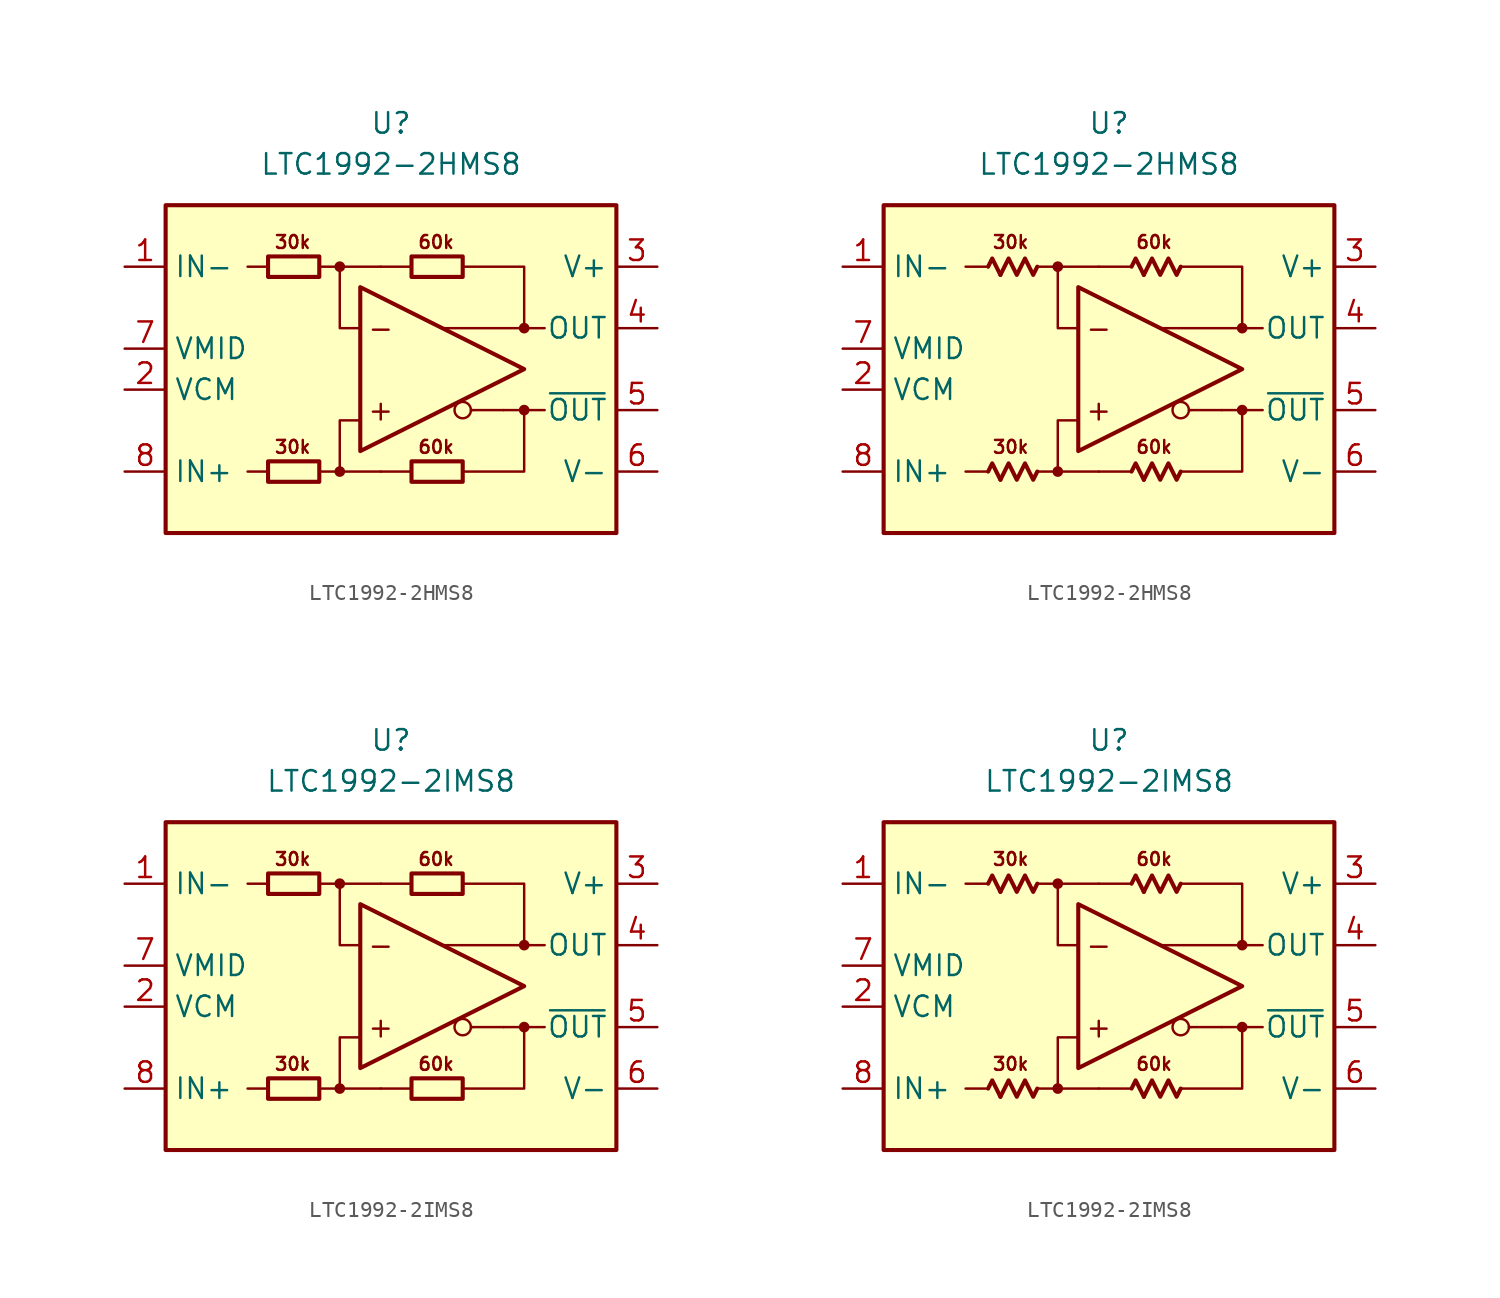
<source format=kicad_sym>
(kicad_symbol_lib
  (version 20231120)
  (generator "kicad_symbol_editor")
  (generator_version "8.0")
  (symbol "LTC1992-2HMS8"
    (property "Reference" "U"
      (at 0 15.24 0)
      (effects (font (size 1.27 1.27))))
    (property "Value" "LTC1992-2HMS8"
      (at 0 12.7 0)
      (effects (font (size 1.27 1.27))))
    (symbol "LTC1992-2HMS8_0_0"
      (rectangle (start -13.97 10.16) (end 13.97 -10.16) (stroke (width 0.254) (type default)) (fill (type background)))
      (circle (center -3.175 -6.35) (radius 0.254) (stroke (width 0.152) (type default)) (fill (type outline)))
      (circle (center -3.175 6.35) (radius 0.254) (stroke (width 0.152) (type default)) (fill (type outline)))
      (polyline (pts (xy -7.62 -6.35) (xy -8.89 -6.35)) (stroke (width 0.152) (type default)) (fill (type none)))
      (polyline (pts (xy -7.62 6.35) (xy -8.89 6.35)) (stroke (width 0.152) (type default)) (fill (type none)))
      (polyline (pts (xy -3.175 6.35) (xy -0.635 6.35)) (stroke (width 0.152) (type default)) (fill (type none)))
      (polyline (pts (xy -0.635 -6.35) (xy -3.175 -6.35)) (stroke (width 0.152) (type default)) (fill (type none)))
      (polyline (pts (xy 1.27 -6.35) (xy -0.635 -6.35)) (stroke (width 0.152) (type default)) (fill (type none)))
      (polyline (pts (xy 1.27 6.35) (xy -0.635 6.35)) (stroke (width 0.152) (type default)) (fill (type none)))
      (polyline (pts (xy 5.08 -2.54) (xy 4.953 -2.54)) (stroke (width 0.152) (type default)) (fill (type none)))
      (polyline (pts (xy 6.985 -2.54) (xy 5.08 -2.54)) (stroke (width 0.152) (type default)) (fill (type none)))
      (polyline (pts (xy 8.255 -2.54) (xy 9.525 -2.54)) (stroke (width 0.152) (type default)) (fill (type none)))
      (polyline (pts (xy 8.255 2.54) (xy 9.525 2.54)) (stroke (width 0.152) (type default)) (fill (type none)))
      (polyline (pts (xy -4.445 -6.35) (xy -3.175 -6.35) (xy -3.175 -3.175) (xy -1.905 -3.175)) (stroke (width 0.152) (type default)) (fill (type none)))
      (polyline (pts (xy -1.905 2.54) (xy -3.175 2.54) (xy -3.175 6.35) (xy -4.445 6.35)) (stroke (width 0.152) (type default)) (fill (type none)))
      (polyline (pts (xy 4.445 6.35) (xy 8.255 6.35) (xy 8.255 2.54) (xy 3.175 2.54)) (stroke (width 0.152) (type default)) (fill (type none)))
      (polyline (pts (xy 6.985 -2.54) (xy 8.255 -2.54) (xy 8.255 -6.35) (xy 4.445 -6.35)) (stroke (width 0.152) (type default)) (fill (type none)))
      (circle (center 4.445 -2.54) (radius 0.508) (stroke (width 0.152) (type default)) (fill (type none)))
      (circle (center 8.255 -2.54) (radius 0.254) (stroke (width 0.152) (type default)) (fill (type outline)))
      (circle (center 8.255 2.54) (radius 0.254) (stroke (width 0.152) (type default)) (fill (type outline)))
      (text "+" (at -0.635 -2.54 0) (effects (font (size 1.27 1.27))))
      (text "-" (at -0.635 2.54 0) (effects (font (size 1.27 1.27)))))
    (symbol "LTC1992-2HMS8_0_1"
      (rectangle (start -7.62 -5.715) (end -4.445 -6.985) (stroke (width 0.254) (type default)) (fill (type none)))
      (rectangle (start -7.62 6.985) (end -4.445 5.715) (stroke (width 0.254) (type default)) (fill (type none)))
      (rectangle (start 1.27 -5.715) (end 4.445 -6.985) (stroke (width 0.254) (type default)) (fill (type none)))
      (rectangle (start 1.27 6.985) (end 4.445 5.715) (stroke (width 0.254) (type default)) (fill (type none))))
    (symbol "LTC1992-2HMS8_0_2"
      (polyline (pts (xy -6.731 -6.858) (xy -7.239 -5.842) (xy -7.493 -6.35)) (stroke (width 0.254) (type default)) (fill (type none)))
      (polyline (pts (xy -6.731 5.842) (xy -7.239 6.858) (xy -7.493 6.35)) (stroke (width 0.254) (type default)) (fill (type none)))
      (polyline (pts (xy 2.159 -6.858) (xy 1.651 -5.842) (xy 1.397 -6.35)) (stroke (width 0.254) (type default)) (fill (type none)))
      (polyline (pts (xy 2.159 5.842) (xy 1.651 6.858) (xy 1.397 6.35)) (stroke (width 0.254) (type default)) (fill (type none)))
      (polyline (pts (xy -4.445 -6.35) (xy -4.699 -6.858) (xy -5.207 -5.842) (xy -5.715 -6.858) (xy -6.223 -5.842) (xy -6.731 -6.858)) (stroke (width 0.254) (type default)) (fill (type none)))
      (polyline (pts (xy -4.445 6.35) (xy -4.699 5.842) (xy -5.207 6.858) (xy -5.715 5.842) (xy -6.223 6.858) (xy -6.731 5.842)) (stroke (width 0.254) (type default)) (fill (type none)))
      (polyline (pts (xy 4.445 -6.35) (xy 4.191 -6.858) (xy 3.683 -5.842) (xy 3.175 -6.858) (xy 2.667 -5.842) (xy 2.159 -6.858)) (stroke (width 0.254) (type default)) (fill (type none)))
      (polyline (pts (xy 4.445 6.35) (xy 4.191 5.842) (xy 3.683 6.858) (xy 3.175 5.842) (xy 2.667 6.858) (xy 2.159 5.842)) (stroke (width 0.254) (type default)) (fill (type none))))
    (symbol "LTC1992-2HMS8_1_0"
      (polyline (pts (xy -1.905 5.08) (xy -1.905 -5.08) (xy 8.255 0) (xy -1.905 5.08)) (stroke (width 0.254) (type default)) (fill (type none)))
      (text "30k" (at -6.096 -4.826 0) (effects (font (size 0.8 0.8))))
      (text "30k" (at -6.096 7.874 0) (effects (font (size 0.8 0.8))))
      (text "60k" (at 2.794 -4.826 0) (effects (font (size 0.8 0.8))))
      (text "60k" (at 2.794 7.874 0) (effects (font (size 0.8 0.8)))))
    (symbol "LTC1992-2HMS8_1_1"
      (pin input line (at -16.51 6.35 0) (length 2.54) (name "IN-" (effects (font (size 1.27 1.27)))) (number "1" (effects (font (size 1.27 1.27)))))
      (pin input line (at -16.51 -1.27 0) (length 2.54) (name "VCM" (effects (font (size 1.27 1.27)))) (number "2" (effects (font (size 1.27 1.27)))))
      (pin power_in line (at 16.51 6.35 180) (length 2.54) (name "V+" (effects (font (size 1.27 1.27)))) (number "3" (effects (font (size 1.27 1.27)))))
      (pin output line (at 16.51 2.54 180) (length 2.54) (name "OUT" (effects (font (size 1.27 1.27)))) (number "4" (effects (font (size 1.27 1.27)))))
      (pin output line (at 16.51 -2.54 180) (length 2.54) (name "~{OUT}" (effects (font (size 1.27 1.27)))) (number "5" (effects (font (size 1.27 1.27)))))
      (pin power_in line (at 16.51 -6.35 180) (length 2.54) (name "V-" (effects (font (size 1.27 1.27)))) (number "6" (effects (font (size 1.27 1.27)))))
      (pin output line (at -16.51 1.27 0) (length 2.54) (name "VMID" (effects (font (size 1.27 1.27)))) (number "7" (effects (font (size 1.27 1.27)))))
      (pin input line (at -16.51 -6.35 0) (length 2.54) (name "IN+" (effects (font (size 1.27 1.27)))) (number "8" (effects (font (size 1.27 1.27))))))
    (symbol "LTC1992-2HMS8_1_2"
      (pin input line (at -16.51 6.35 0) (length 2.54) (name "IN-" (effects (font (size 1.27 1.27)))) (number "1" (effects (font (size 1.27 1.27)))))
      (pin input line (at -16.51 -1.27 0) (length 2.54) (name "VCM" (effects (font (size 1.27 1.27)))) (number "2" (effects (font (size 1.27 1.27)))))
      (pin power_in line (at 16.51 6.35 180) (length 2.54) (name "V+" (effects (font (size 1.27 1.27)))) (number "3" (effects (font (size 1.27 1.27)))))
      (pin output line (at 16.51 2.54 180) (length 2.54) (name "OUT" (effects (font (size 1.27 1.27)))) (number "4" (effects (font (size 1.27 1.27)))))
      (pin output line (at 16.51 -2.54 180) (length 2.54) (name "~{OUT}" (effects (font (size 1.27 1.27)))) (number "5" (effects (font (size 1.27 1.27)))))
      (pin power_in line (at 16.51 -6.35 180) (length 2.54) (name "V-" (effects (font (size 1.27 1.27)))) (number "6" (effects (font (size 1.27 1.27)))))
      (pin output line (at -16.51 1.27 0) (length 2.54) (name "VMID" (effects (font (size 1.27 1.27)))) (number "7" (effects (font (size 1.27 1.27)))))
      (pin input line (at -16.51 -6.35 0) (length 2.54) (name "IN+" (effects (font (size 1.27 1.27)))) (number "8" (effects (font (size 1.27 1.27)))))))
  (symbol "LTC1992-2IMS8"
    (property "Reference" "U"
      (at 0 15.24 0)
      (effects (font (size 1.27 1.27))))
    (property "Value" "LTC1992-2IMS8"
      (at 0 12.7 0)
      (effects (font (size 1.27 1.27))))
    (symbol "LTC1992-2IMS8_0_0"
      (rectangle (start -13.97 10.16) (end 13.97 -10.16) (stroke (width 0.254) (type default)) (fill (type background)))
      (circle (center -3.175 -6.35) (radius 0.254) (stroke (width 0.152) (type default)) (fill (type outline)))
      (circle (center -3.175 6.35) (radius 0.254) (stroke (width 0.152) (type default)) (fill (type outline)))
      (polyline (pts (xy -7.62 -6.35) (xy -8.89 -6.35)) (stroke (width 0.152) (type default)) (fill (type none)))
      (polyline (pts (xy -7.62 6.35) (xy -8.89 6.35)) (stroke (width 0.152) (type default)) (fill (type none)))
      (polyline (pts (xy -3.175 6.35) (xy -0.635 6.35)) (stroke (width 0.152) (type default)) (fill (type none)))
      (polyline (pts (xy -0.635 -6.35) (xy -3.175 -6.35)) (stroke (width 0.152) (type default)) (fill (type none)))
      (polyline (pts (xy 1.27 -6.35) (xy -0.635 -6.35)) (stroke (width 0.152) (type default)) (fill (type none)))
      (polyline (pts (xy 1.27 6.35) (xy -0.635 6.35)) (stroke (width 0.152) (type default)) (fill (type none)))
      (polyline (pts (xy 5.08 -2.54) (xy 4.953 -2.54)) (stroke (width 0.152) (type default)) (fill (type none)))
      (polyline (pts (xy 6.985 -2.54) (xy 5.08 -2.54)) (stroke (width 0.152) (type default)) (fill (type none)))
      (polyline (pts (xy 8.255 -2.54) (xy 9.525 -2.54)) (stroke (width 0.152) (type default)) (fill (type none)))
      (polyline (pts (xy 8.255 2.54) (xy 9.525 2.54)) (stroke (width 0.152) (type default)) (fill (type none)))
      (polyline (pts (xy -4.445 -6.35) (xy -3.175 -6.35) (xy -3.175 -3.175) (xy -1.905 -3.175)) (stroke (width 0.152) (type default)) (fill (type none)))
      (polyline (pts (xy -1.905 2.54) (xy -3.175 2.54) (xy -3.175 6.35) (xy -4.445 6.35)) (stroke (width 0.152) (type default)) (fill (type none)))
      (polyline (pts (xy 4.445 6.35) (xy 8.255 6.35) (xy 8.255 2.54) (xy 3.175 2.54)) (stroke (width 0.152) (type default)) (fill (type none)))
      (polyline (pts (xy 6.985 -2.54) (xy 8.255 -2.54) (xy 8.255 -6.35) (xy 4.445 -6.35)) (stroke (width 0.152) (type default)) (fill (type none)))
      (circle (center 4.445 -2.54) (radius 0.508) (stroke (width 0.152) (type default)) (fill (type none)))
      (circle (center 8.255 -2.54) (radius 0.254) (stroke (width 0.152) (type default)) (fill (type outline)))
      (circle (center 8.255 2.54) (radius 0.254) (stroke (width 0.152) (type default)) (fill (type outline)))
      (text "+" (at -0.635 -2.54 0) (effects (font (size 1.27 1.27))))
      (text "-" (at -0.635 2.54 0) (effects (font (size 1.27 1.27)))))
    (symbol "LTC1992-2IMS8_0_1"
      (rectangle (start -7.62 -5.715) (end -4.445 -6.985) (stroke (width 0.254) (type default)) (fill (type none)))
      (rectangle (start -7.62 6.985) (end -4.445 5.715) (stroke (width 0.254) (type default)) (fill (type none)))
      (rectangle (start 1.27 -5.715) (end 4.445 -6.985) (stroke (width 0.254) (type default)) (fill (type none)))
      (rectangle (start 1.27 6.985) (end 4.445 5.715) (stroke (width 0.254) (type default)) (fill (type none))))
    (symbol "LTC1992-2IMS8_0_2"
      (polyline (pts (xy -6.731 -6.858) (xy -7.239 -5.842) (xy -7.493 -6.35)) (stroke (width 0.254) (type default)) (fill (type none)))
      (polyline (pts (xy -6.731 5.842) (xy -7.239 6.858) (xy -7.493 6.35)) (stroke (width 0.254) (type default)) (fill (type none)))
      (polyline (pts (xy 2.159 -6.858) (xy 1.651 -5.842) (xy 1.397 -6.35)) (stroke (width 0.254) (type default)) (fill (type none)))
      (polyline (pts (xy 2.159 5.842) (xy 1.651 6.858) (xy 1.397 6.35)) (stroke (width 0.254) (type default)) (fill (type none)))
      (polyline (pts (xy -4.445 -6.35) (xy -4.699 -6.858) (xy -5.207 -5.842) (xy -5.715 -6.858) (xy -6.223 -5.842) (xy -6.731 -6.858)) (stroke (width 0.254) (type default)) (fill (type none)))
      (polyline (pts (xy -4.445 6.35) (xy -4.699 5.842) (xy -5.207 6.858) (xy -5.715 5.842) (xy -6.223 6.858) (xy -6.731 5.842)) (stroke (width 0.254) (type default)) (fill (type none)))
      (polyline (pts (xy 4.445 -6.35) (xy 4.191 -6.858) (xy 3.683 -5.842) (xy 3.175 -6.858) (xy 2.667 -5.842) (xy 2.159 -6.858)) (stroke (width 0.254) (type default)) (fill (type none)))
      (polyline (pts (xy 4.445 6.35) (xy 4.191 5.842) (xy 3.683 6.858) (xy 3.175 5.842) (xy 2.667 6.858) (xy 2.159 5.842)) (stroke (width 0.254) (type default)) (fill (type none))))
    (symbol "LTC1992-2IMS8_1_0"
      (polyline (pts (xy -1.905 5.08) (xy -1.905 -5.08) (xy 8.255 0) (xy -1.905 5.08)) (stroke (width 0.254) (type default)) (fill (type none)))
      (text "30k" (at -6.096 -4.826 0) (effects (font (size 0.8 0.8))))
      (text "30k" (at -6.096 7.874 0) (effects (font (size 0.8 0.8))))
      (text "60k" (at 2.794 -4.826 0) (effects (font (size 0.8 0.8))))
      (text "60k" (at 2.794 7.874 0) (effects (font (size 0.8 0.8)))))
    (symbol "LTC1992-2IMS8_1_1"
      (pin input line (at -16.51 6.35 0) (length 2.54) (name "IN-" (effects (font (size 1.27 1.27)))) (number "1" (effects (font (size 1.27 1.27)))))
      (pin input line (at -16.51 -1.27 0) (length 2.54) (name "VCM" (effects (font (size 1.27 1.27)))) (number "2" (effects (font (size 1.27 1.27)))))
      (pin power_in line (at 16.51 6.35 180) (length 2.54) (name "V+" (effects (font (size 1.27 1.27)))) (number "3" (effects (font (size 1.27 1.27)))))
      (pin output line (at 16.51 2.54 180) (length 2.54) (name "OUT" (effects (font (size 1.27 1.27)))) (number "4" (effects (font (size 1.27 1.27)))))
      (pin output line (at 16.51 -2.54 180) (length 2.54) (name "~{OUT}" (effects (font (size 1.27 1.27)))) (number "5" (effects (font (size 1.27 1.27)))))
      (pin power_in line (at 16.51 -6.35 180) (length 2.54) (name "V-" (effects (font (size 1.27 1.27)))) (number "6" (effects (font (size 1.27 1.27)))))
      (pin output line (at -16.51 1.27 0) (length 2.54) (name "VMID" (effects (font (size 1.27 1.27)))) (number "7" (effects (font (size 1.27 1.27)))))
      (pin input line (at -16.51 -6.35 0) (length 2.54) (name "IN+" (effects (font (size 1.27 1.27)))) (number "8" (effects (font (size 1.27 1.27))))))
    (symbol "LTC1992-2IMS8_1_2"
      (pin input line (at -16.51 6.35 0) (length 2.54) (name "IN-" (effects (font (size 1.27 1.27)))) (number "1" (effects (font (size 1.27 1.27)))))
      (pin input line (at -16.51 -1.27 0) (length 2.54) (name "VCM" (effects (font (size 1.27 1.27)))) (number "2" (effects (font (size 1.27 1.27)))))
      (pin power_in line (at 16.51 6.35 180) (length 2.54) (name "V+" (effects (font (size 1.27 1.27)))) (number "3" (effects (font (size 1.27 1.27)))))
      (pin output line (at 16.51 2.54 180) (length 2.54) (name "OUT" (effects (font (size 1.27 1.27)))) (number "4" (effects (font (size 1.27 1.27)))))
      (pin output line (at 16.51 -2.54 180) (length 2.54) (name "~{OUT}" (effects (font (size 1.27 1.27)))) (number "5" (effects (font (size 1.27 1.27)))))
      (pin power_in line (at 16.51 -6.35 180) (length 2.54) (name "V-" (effects (font (size 1.27 1.27)))) (number "6" (effects (font (size 1.27 1.27)))))
      (pin output line (at -16.51 1.27 0) (length 2.54) (name "VMID" (effects (font (size 1.27 1.27)))) (number "7" (effects (font (size 1.27 1.27)))))
      (pin input line (at -16.51 -6.35 0) (length 2.54) (name "IN+" (effects (font (size 1.27 1.27)))) (number "8" (effects (font (size 1.27 1.27))))))))
</source>
